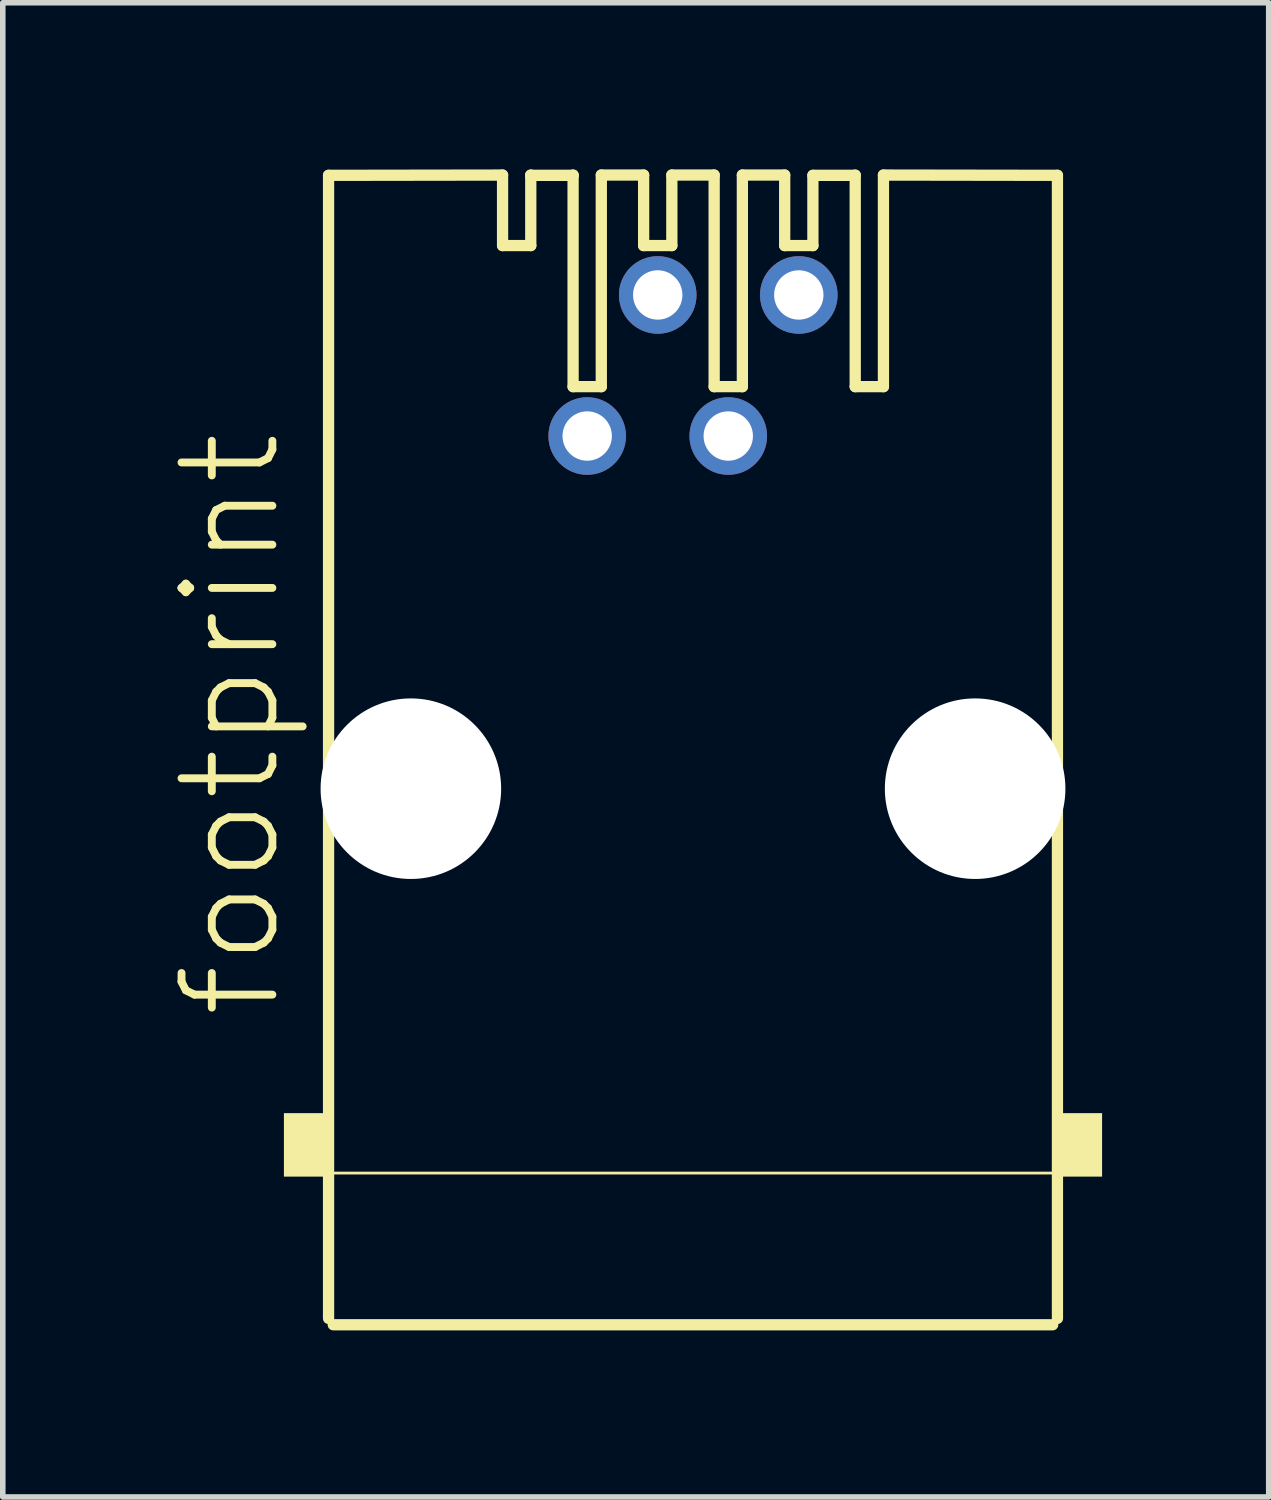
<source format=kicad_pcb>
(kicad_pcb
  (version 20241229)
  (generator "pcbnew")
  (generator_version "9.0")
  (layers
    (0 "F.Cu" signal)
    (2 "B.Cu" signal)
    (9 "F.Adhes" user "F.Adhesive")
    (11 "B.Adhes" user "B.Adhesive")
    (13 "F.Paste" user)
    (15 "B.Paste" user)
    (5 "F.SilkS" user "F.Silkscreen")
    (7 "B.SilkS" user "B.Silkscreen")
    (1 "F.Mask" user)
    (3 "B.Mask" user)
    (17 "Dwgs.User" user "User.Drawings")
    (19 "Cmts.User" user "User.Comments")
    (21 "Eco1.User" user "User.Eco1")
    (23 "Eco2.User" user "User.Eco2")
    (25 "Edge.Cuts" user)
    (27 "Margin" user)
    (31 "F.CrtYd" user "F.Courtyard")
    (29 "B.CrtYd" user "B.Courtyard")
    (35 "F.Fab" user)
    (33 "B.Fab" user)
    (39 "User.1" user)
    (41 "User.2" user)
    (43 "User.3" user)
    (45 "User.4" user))
  (footprint "footprint"
    (layer "F.Cu")
    (at 9.428 11.151)
    (property "Reference" "footprint" (at -7.366 4.191 90) (layer "F.SilkS") (effects (font (size 1.636 1.636) (thickness 0.142)) (justify left bottom)))
    (fp_line (start -6.562 -11.044) (end -3.429 -11.049) (stroke (width 0.203) (type solid)) (layer "F.SilkS"))
    (fp_line (start -6.562 9.538) (end -6.562 -11.044) (stroke (width 0.203) (type solid)) (layer "F.SilkS"))
    (fp_line (start -6.54 6.921) (end 6.54 6.921) (stroke (width 0.051) (type solid)) (layer "F.SilkS"))
    (fp_line (start -3.429 -11.049) (end -3.429 -9.779) (stroke (width 0.203) (type solid)) (layer "F.SilkS"))
    (fp_line (start -3.429 -9.779) (end -2.921 -9.779) (stroke (width 0.203) (type solid)) (layer "F.SilkS"))
    (fp_line (start -2.921 -11.049) (end -2.921 -11.044) (stroke (width 0.203) (type solid)) (layer "F.SilkS"))
    (fp_line (start -2.921 -11.044) (end -2.921 -9.779) (stroke (width 0.203) (type solid)) (layer "F.SilkS"))
    (fp_line (start -2.921 -11.044) (end -2.159 -11.044) (stroke (width 0.203) (type solid)) (layer "F.SilkS"))
    (fp_line (start -2.159 -11.049) (end -2.159 -11.044) (stroke (width 0.203) (type solid)) (layer "F.SilkS"))
    (fp_line (start -2.159 -11.044) (end -2.159 -7.239) (stroke (width 0.203) (type solid)) (layer "F.SilkS"))
    (fp_line (start -2.159 -7.239) (end -1.651 -7.239) (stroke (width 0.203) (type solid)) (layer "F.SilkS"))
    (fp_line (start -1.651 -11.049) (end -1.651 -7.239) (stroke (width 0.203) (type solid)) (layer "F.SilkS"))
    (fp_line (start -1.651 -11.049) (end -0.889 -11.049) (stroke (width 0.203) (type solid)) (layer "F.SilkS"))
    (fp_line (start -0.889 -11.049) (end -0.889 -9.779) (stroke (width 0.203) (type solid)) (layer "F.SilkS"))
    (fp_line (start -0.889 -9.779) (end -0.381 -9.779) (stroke (width 0.203) (type solid)) (layer "F.SilkS"))
    (fp_line (start -0.381 -11.049) (end -0.381 -9.779) (stroke (width 0.203) (type solid)) (layer "F.SilkS"))
    (fp_line (start -0.381 -11.049) (end 0.381 -11.049) (stroke (width 0.203) (type solid)) (layer "F.SilkS"))
    (fp_line (start 0.381 -11.049) (end 0.381 -7.239) (stroke (width 0.203) (type solid)) (layer "F.SilkS"))
    (fp_line (start 0.381 -7.239) (end 0.889 -7.239) (stroke (width 0.203) (type solid)) (layer "F.SilkS"))
    (fp_line (start 0.889 -11.049) (end 0.889 -7.239) (stroke (width 0.203) (type solid)) (layer "F.SilkS"))
    (fp_line (start 0.889 -11.049) (end 1.651 -11.049) (stroke (width 0.203) (type solid)) (layer "F.SilkS"))
    (fp_line (start 1.651 -11.049) (end 1.651 -9.779) (stroke (width 0.203) (type solid)) (layer "F.SilkS"))
    (fp_line (start 1.651 -9.779) (end 2.159 -9.779) (stroke (width 0.203) (type solid)) (layer "F.SilkS"))
    (fp_line (start 2.159 -11.044) (end 2.159 -9.779) (stroke (width 0.203) (type solid)) (layer "F.SilkS"))
    (fp_line (start 2.159 -11.044) (end 2.921 -11.044) (stroke (width 0.203) (type solid)) (layer "F.SilkS"))
    (fp_line (start 2.921 -11.049) (end 2.921 -7.239) (stroke (width 0.203) (type solid)) (layer "F.SilkS"))
    (fp_line (start 2.921 -7.239) (end 3.429 -7.239) (stroke (width 0.203) (type solid)) (layer "F.SilkS"))
    (fp_line (start 3.429 -11.049) (end 3.429 -7.239) (stroke (width 0.203) (type solid)) (layer "F.SilkS"))
    (fp_line (start 3.429 -11.049) (end 6.562 -11.044) (stroke (width 0.203) (type solid)) (layer "F.SilkS"))
    (fp_line (start 6.477 9.652) (end -6.477 9.652) (stroke (width 0.203) (type solid)) (layer "F.SilkS"))
    (fp_line (start 6.562 -11.044) (end 6.562 9.538) (stroke (width 0.203) (type solid)) (layer "F.SilkS"))
    (fp_poly (pts (xy -7.366 6.985) (xy -6.604 6.985) (xy -6.604 5.842) (xy -7.366 5.842)) (stroke (width 0) (type solid)) (fill yes) (layer "F.SilkS"))
    (fp_poly (pts (xy 6.604 6.985) (xy 7.366 6.985) (xy 7.366 5.842) (xy 6.604 5.842)) (stroke (width 0) (type solid)) (fill yes) (layer "F.SilkS"))
    (pad "" np_thru_hole circle (at -5.08 0) (size 3.251 3.251) (drill 3.251) (layers "*.Cu" "*.Mask"))
    (pad "" np_thru_hole circle (at 5.08 0) (size 3.251 3.251) (drill 3.251) (layers "*.Cu" "*.Mask"))
    (pad "1" thru_hole circle (at -1.905 -6.35) (size 1.397 1.397) (drill 0.889) (layers "*.Cu" "*.Mask"))
    (pad "2" thru_hole circle (at -0.635 -8.89) (size 1.397 1.397) (drill 0.889) (layers "*.Cu" "*.Mask"))
    (pad "3" thru_hole circle (at 0.635 -6.35) (size 1.397 1.397) (drill 0.889) (layers "*.Cu" "*.Mask"))
    (pad "4" thru_hole circle (at 1.905 -8.89) (size 1.397 1.397) (drill 0.889) (layers "*.Cu" "*.Mask")))
  (gr_rect
    (start -3 -3)
    (end 19.794 23.904)
    (stroke (width 0.1) (type default))
    (fill no)
    (layer "Edge.Cuts")))
</source>
